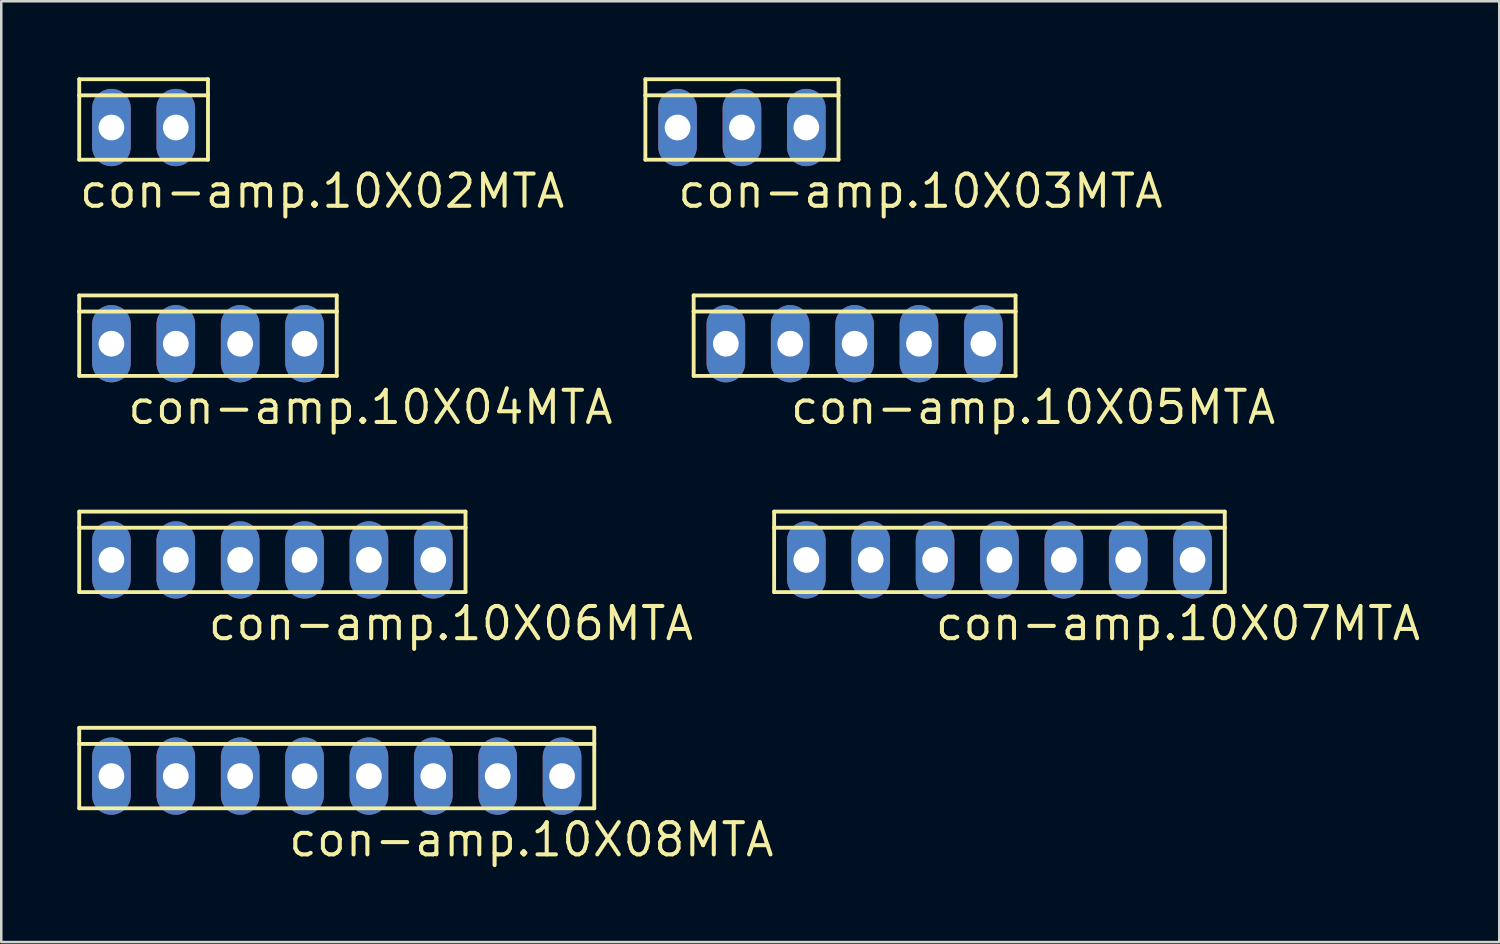
<source format=kicad_pcb>
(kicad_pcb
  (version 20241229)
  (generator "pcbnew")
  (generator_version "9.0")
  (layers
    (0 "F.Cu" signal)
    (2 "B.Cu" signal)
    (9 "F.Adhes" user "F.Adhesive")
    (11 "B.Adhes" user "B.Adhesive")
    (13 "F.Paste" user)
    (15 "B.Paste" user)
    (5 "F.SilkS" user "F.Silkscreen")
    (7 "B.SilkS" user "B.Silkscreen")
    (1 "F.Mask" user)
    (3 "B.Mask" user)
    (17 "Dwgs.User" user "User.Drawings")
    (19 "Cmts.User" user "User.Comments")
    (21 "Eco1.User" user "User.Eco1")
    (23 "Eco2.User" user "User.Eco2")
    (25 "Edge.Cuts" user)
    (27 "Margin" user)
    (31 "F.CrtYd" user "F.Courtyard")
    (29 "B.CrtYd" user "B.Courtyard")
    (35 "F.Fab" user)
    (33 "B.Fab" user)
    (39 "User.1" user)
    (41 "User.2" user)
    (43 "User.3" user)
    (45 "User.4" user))
  (footprint "con-amp.10X06MTA"
    (layer "F.Cu")
    (at 7.696 19.041)
    (property "Reference" "con-amp.10X06MTA" (at -2.616 3.251 0) (layer "F.SilkS") (effects (font (size 1.27 1.27) (thickness 0.16)) (justify left bottom)))
    (attr through_hole)
    (fp_line (start -7.62 -1.27) (end -7.62 -1.905) (stroke (width 0.152) (type default)) (layer "F.SilkS"))
    (fp_line (start -7.62 1.27) (end -7.62 -1.27) (stroke (width 0.152) (type default)) (layer "F.SilkS"))
    (fp_line (start -7.62 1.27) (end 7.62 1.27) (stroke (width 0.152) (type default)) (layer "F.SilkS"))
    (fp_line (start 7.62 -1.905) (end -7.62 -1.905) (stroke (width 0.152) (type default)) (layer "F.SilkS"))
    (fp_line (start 7.62 -1.905) (end 7.62 -1.27) (stroke (width 0.152) (type default)) (layer "F.SilkS"))
    (fp_line (start 7.62 -1.27) (end -7.62 -1.27) (stroke (width 0.152) (type default)) (layer "F.SilkS"))
    (fp_line (start 7.62 -1.27) (end 7.62 1.27) (stroke (width 0.152) (type default)) (layer "F.SilkS"))
    (fp_rect (start -6.604 0.254) (end -6.096 -0.254) (stroke (width 0.05) (type default)) (fill yes) (layer "F.SilkS"))
    (fp_rect (start -4.064 0.254) (end -3.556 -0.254) (stroke (width 0.05) (type default)) (fill yes) (layer "F.SilkS"))
    (fp_rect (start -1.524 0.254) (end -1.016 -0.254) (stroke (width 0.05) (type default)) (fill yes) (layer "F.SilkS"))
    (fp_rect (start 1.016 0.254) (end 1.524 -0.254) (stroke (width 0.05) (type default)) (fill yes) (layer "F.SilkS"))
    (fp_rect (start 3.556 0.254) (end 4.064 -0.254) (stroke (width 0.05) (type default)) (fill yes) (layer "F.SilkS"))
    (fp_rect (start 6.096 0.254) (end 6.604 -0.254) (stroke (width 0.05) (type default)) (fill yes) (layer "F.SilkS"))
    (pad "1" thru_hole oval (at 6.35 0 90) (size 3.048 1.524) (drill 1.016) (layers "*.Cu" "*.Mask"))
    (pad "2" thru_hole oval (at 3.81 0 90) (size 3.048 1.524) (drill 1.016) (layers "*.Cu" "*.Mask"))
    (pad "3" thru_hole oval (at 1.27 0 90) (size 3.048 1.524) (drill 1.016) (layers "*.Cu" "*.Mask"))
    (pad "4" thru_hole oval (at -1.27 0 90) (size 3.048 1.524) (drill 1.016) (layers "*.Cu" "*.Mask"))
    (pad "5" thru_hole oval (at -3.81 0 90) (size 3.048 1.524) (drill 1.016) (layers "*.Cu" "*.Mask"))
    (pad "6" thru_hole oval (at -6.35 0 90) (size 3.048 1.524) (drill 1.016) (layers "*.Cu" "*.Mask")))
  (footprint "con-amp.10X04MTA"
    (layer "F.Cu")
    (at 5.156 10.511)
    (property "Reference" "con-amp.10X04MTA" (at -3.251 3.251 0) (layer "F.SilkS") (effects (font (size 1.27 1.27) (thickness 0.16)) (justify left bottom)))
    (attr through_hole)
    (fp_line (start -5.08 -1.27) (end -5.08 -1.905) (stroke (width 0.152) (type default)) (layer "F.SilkS"))
    (fp_line (start -5.08 1.27) (end -5.08 -1.27) (stroke (width 0.152) (type default)) (layer "F.SilkS"))
    (fp_line (start -5.08 1.27) (end 5.08 1.27) (stroke (width 0.152) (type default)) (layer "F.SilkS"))
    (fp_line (start 5.08 -1.905) (end -5.08 -1.905) (stroke (width 0.152) (type default)) (layer "F.SilkS"))
    (fp_line (start 5.08 -1.905) (end 5.08 -1.27) (stroke (width 0.152) (type default)) (layer "F.SilkS"))
    (fp_line (start 5.08 -1.27) (end -5.08 -1.27) (stroke (width 0.152) (type default)) (layer "F.SilkS"))
    (fp_line (start 5.08 -1.27) (end 5.08 1.27) (stroke (width 0.152) (type default)) (layer "F.SilkS"))
    (fp_rect (start -4.064 0.254) (end -3.556 -0.254) (stroke (width 0.05) (type default)) (fill yes) (layer "F.SilkS"))
    (fp_rect (start -1.524 0.254) (end -1.016 -0.254) (stroke (width 0.05) (type default)) (fill yes) (layer "F.SilkS"))
    (fp_rect (start 1.016 0.254) (end 1.524 -0.254) (stroke (width 0.05) (type default)) (fill yes) (layer "F.SilkS"))
    (fp_rect (start 3.556 0.254) (end 4.064 -0.254) (stroke (width 0.05) (type default)) (fill yes) (layer "F.SilkS"))
    (pad "1" thru_hole oval (at 3.81 0 90) (size 3.048 1.524) (drill 1.016) (layers "*.Cu" "*.Mask"))
    (pad "2" thru_hole oval (at 1.27 0 90) (size 3.048 1.524) (drill 1.016) (layers "*.Cu" "*.Mask"))
    (pad "3" thru_hole oval (at -1.27 0 90) (size 3.048 1.524) (drill 1.016) (layers "*.Cu" "*.Mask"))
    (pad "4" thru_hole oval (at -3.81 0 90) (size 3.048 1.524) (drill 1.016) (layers "*.Cu" "*.Mask")))
  (footprint "con-amp.10X08MTA"
    (layer "F.Cu")
    (at 10.236 27.571)
    (property "Reference" "con-amp.10X08MTA" (at -1.981 3.251 0) (layer "F.SilkS") (effects (font (size 1.27 1.27) (thickness 0.16)) (justify left bottom)))
    (attr through_hole)
    (fp_line (start -10.16 -1.27) (end -10.16 -1.905) (stroke (width 0.152) (type default)) (layer "F.SilkS"))
    (fp_line (start -10.16 1.27) (end -10.16 -1.27) (stroke (width 0.152) (type default)) (layer "F.SilkS"))
    (fp_line (start -10.16 1.27) (end 10.16 1.27) (stroke (width 0.152) (type default)) (layer "F.SilkS"))
    (fp_line (start 10.16 -1.905) (end -10.16 -1.905) (stroke (width 0.152) (type default)) (layer "F.SilkS"))
    (fp_line (start 10.16 -1.905) (end 10.16 -1.27) (stroke (width 0.152) (type default)) (layer "F.SilkS"))
    (fp_line (start 10.16 -1.27) (end -10.16 -1.27) (stroke (width 0.152) (type default)) (layer "F.SilkS"))
    (fp_line (start 10.16 -1.27) (end 10.16 1.27) (stroke (width 0.152) (type default)) (layer "F.SilkS"))
    (fp_rect (start -9.144 0.254) (end -8.636 -0.254) (stroke (width 0.05) (type default)) (fill yes) (layer "F.SilkS"))
    (fp_rect (start -6.604 0.254) (end -6.096 -0.254) (stroke (width 0.05) (type default)) (fill yes) (layer "F.SilkS"))
    (fp_rect (start -4.064 0.254) (end -3.556 -0.254) (stroke (width 0.05) (type default)) (fill yes) (layer "F.SilkS"))
    (fp_rect (start -1.524 0.254) (end -1.016 -0.254) (stroke (width 0.05) (type default)) (fill yes) (layer "F.SilkS"))
    (fp_rect (start 1.016 0.254) (end 1.524 -0.254) (stroke (width 0.05) (type default)) (fill yes) (layer "F.SilkS"))
    (fp_rect (start 3.556 0.254) (end 4.064 -0.254) (stroke (width 0.05) (type default)) (fill yes) (layer "F.SilkS"))
    (fp_rect (start 6.096 0.254) (end 6.604 -0.254) (stroke (width 0.05) (type default)) (fill yes) (layer "F.SilkS"))
    (fp_rect (start 8.636 0.254) (end 9.144 -0.254) (stroke (width 0.05) (type default)) (fill yes) (layer "F.SilkS"))
    (pad "1" thru_hole oval (at 8.89 0 90) (size 3.048 1.524) (drill 1.016) (layers "*.Cu" "*.Mask"))
    (pad "2" thru_hole oval (at 6.35 0 90) (size 3.048 1.524) (drill 1.016) (layers "*.Cu" "*.Mask"))
    (pad "3" thru_hole oval (at 3.81 0 90) (size 3.048 1.524) (drill 1.016) (layers "*.Cu" "*.Mask"))
    (pad "4" thru_hole oval (at 1.27 0 90) (size 3.048 1.524) (drill 1.016) (layers "*.Cu" "*.Mask"))
    (pad "5" thru_hole oval (at -1.27 0 90) (size 3.048 1.524) (drill 1.016) (layers "*.Cu" "*.Mask"))
    (pad "6" thru_hole oval (at -3.81 0 90) (size 3.048 1.524) (drill 1.016) (layers "*.Cu" "*.Mask"))
    (pad "7" thru_hole oval (at -6.35 0 90) (size 3.048 1.524) (drill 1.016) (layers "*.Cu" "*.Mask"))
    (pad "8" thru_hole oval (at -8.89 0 90) (size 3.048 1.524) (drill 1.016) (layers "*.Cu" "*.Mask")))
  (footprint "con-amp.10X07MTA"
    (layer "F.Cu")
    (at 36.383 19.041)
    (property "Reference" "con-amp.10X07MTA" (at -2.616 3.251 0) (layer "F.SilkS") (effects (font (size 1.27 1.27) (thickness 0.16)) (justify left bottom)))
    (attr through_hole)
    (fp_line (start -8.89 -1.27) (end -8.89 -1.905) (stroke (width 0.152) (type default)) (layer "F.SilkS"))
    (fp_line (start -8.89 1.27) (end -8.89 -1.27) (stroke (width 0.152) (type default)) (layer "F.SilkS"))
    (fp_line (start -8.89 1.27) (end 8.89 1.27) (stroke (width 0.152) (type default)) (layer "F.SilkS"))
    (fp_line (start 8.89 -1.905) (end -8.89 -1.905) (stroke (width 0.152) (type default)) (layer "F.SilkS"))
    (fp_line (start 8.89 -1.905) (end 8.89 -1.27) (stroke (width 0.152) (type default)) (layer "F.SilkS"))
    (fp_line (start 8.89 -1.27) (end -8.89 -1.27) (stroke (width 0.152) (type default)) (layer "F.SilkS"))
    (fp_line (start 8.89 -1.27) (end 8.89 1.27) (stroke (width 0.152) (type default)) (layer "F.SilkS"))
    (fp_rect (start -7.874 0.254) (end -7.366 -0.254) (stroke (width 0.05) (type default)) (fill yes) (layer "F.SilkS"))
    (fp_rect (start -5.334 0.254) (end -4.826 -0.254) (stroke (width 0.05) (type default)) (fill yes) (layer "F.SilkS"))
    (fp_rect (start -2.794 0.254) (end -2.286 -0.254) (stroke (width 0.05) (type default)) (fill yes) (layer "F.SilkS"))
    (fp_rect (start -0.254 0.254) (end 0.254 -0.254) (stroke (width 0.05) (type default)) (fill yes) (layer "F.SilkS"))
    (fp_rect (start 2.286 0.254) (end 2.794 -0.254) (stroke (width 0.05) (type default)) (fill yes) (layer "F.SilkS"))
    (fp_rect (start 4.826 0.254) (end 5.334 -0.254) (stroke (width 0.05) (type default)) (fill yes) (layer "F.SilkS"))
    (fp_rect (start 7.366 0.254) (end 7.874 -0.254) (stroke (width 0.05) (type default)) (fill yes) (layer "F.SilkS"))
    (pad "1" thru_hole oval (at 7.62 0 90) (size 3.048 1.524) (drill 1.016) (layers "*.Cu" "*.Mask"))
    (pad "2" thru_hole oval (at 5.08 0 90) (size 3.048 1.524) (drill 1.016) (layers "*.Cu" "*.Mask"))
    (pad "3" thru_hole oval (at 2.54 0 90) (size 3.048 1.524) (drill 1.016) (layers "*.Cu" "*.Mask"))
    (pad "4" thru_hole oval (at 0 0 90) (size 3.048 1.524) (drill 1.016) (layers "*.Cu" "*.Mask"))
    (pad "5" thru_hole oval (at -2.54 0 90) (size 3.048 1.524) (drill 1.016) (layers "*.Cu" "*.Mask"))
    (pad "6" thru_hole oval (at -5.08 0 90) (size 3.048 1.524) (drill 1.016) (layers "*.Cu" "*.Mask"))
    (pad "7" thru_hole oval (at -7.62 0 90) (size 3.048 1.524) (drill 1.016) (layers "*.Cu" "*.Mask")))
  (footprint "con-amp.10X03MTA"
    (layer "F.Cu")
    (at 26.223 1.981)
    (property "Reference" "con-amp.10X03MTA" (at -2.616 3.251 0) (layer "F.SilkS") (effects (font (size 1.27 1.27) (thickness 0.16)) (justify left bottom)))
    (attr through_hole)
    (fp_line (start -3.81 -1.27) (end -3.81 -1.905) (stroke (width 0.152) (type default)) (layer "F.SilkS"))
    (fp_line (start -3.81 1.27) (end -3.81 -1.27) (stroke (width 0.152) (type default)) (layer "F.SilkS"))
    (fp_line (start -3.81 1.27) (end 3.81 1.27) (stroke (width 0.152) (type default)) (layer "F.SilkS"))
    (fp_line (start 3.81 -1.905) (end -3.81 -1.905) (stroke (width 0.152) (type default)) (layer "F.SilkS"))
    (fp_line (start 3.81 -1.905) (end 3.81 -1.27) (stroke (width 0.152) (type default)) (layer "F.SilkS"))
    (fp_line (start 3.81 -1.27) (end -3.81 -1.27) (stroke (width 0.152) (type default)) (layer "F.SilkS"))
    (fp_line (start 3.81 -1.27) (end 3.81 1.27) (stroke (width 0.152) (type default)) (layer "F.SilkS"))
    (fp_rect (start -2.794 0.254) (end -2.286 -0.254) (stroke (width 0.05) (type default)) (fill yes) (layer "F.SilkS"))
    (fp_rect (start -0.254 0.254) (end 0.254 -0.254) (stroke (width 0.05) (type default)) (fill yes) (layer "F.SilkS"))
    (fp_rect (start 2.286 0.254) (end 2.794 -0.254) (stroke (width 0.05) (type default)) (fill yes) (layer "F.SilkS"))
    (pad "1" thru_hole oval (at 2.54 0 90) (size 3.048 1.524) (drill 1.016) (layers "*.Cu" "*.Mask"))
    (pad "2" thru_hole oval (at 0 0 90) (size 3.048 1.524) (drill 1.016) (layers "*.Cu" "*.Mask"))
    (pad "3" thru_hole oval (at -2.54 0 90) (size 3.048 1.524) (drill 1.016) (layers "*.Cu" "*.Mask")))
  (footprint "con-amp.10X02MTA"
    (layer "F.Cu")
    (at 2.616 1.981)
    (property "Reference" "con-amp.10X02MTA" (at -2.616 3.251 0) (layer "F.SilkS") (effects (font (size 1.27 1.27) (thickness 0.16)) (justify left bottom)))
    (attr through_hole)
    (fp_line (start -2.54 -1.27) (end -2.54 -1.905) (stroke (width 0.152) (type default)) (layer "F.SilkS"))
    (fp_line (start -2.54 1.27) (end -2.54 -1.27) (stroke (width 0.152) (type default)) (layer "F.SilkS"))
    (fp_line (start -2.54 1.27) (end 2.54 1.27) (stroke (width 0.152) (type default)) (layer "F.SilkS"))
    (fp_line (start 2.54 -1.905) (end -2.54 -1.905) (stroke (width 0.152) (type default)) (layer "F.SilkS"))
    (fp_line (start 2.54 -1.905) (end 2.54 -1.27) (stroke (width 0.152) (type default)) (layer "F.SilkS"))
    (fp_line (start 2.54 -1.27) (end -2.54 -1.27) (stroke (width 0.152) (type default)) (layer "F.SilkS"))
    (fp_line (start 2.54 -1.27) (end 2.54 1.27) (stroke (width 0.152) (type default)) (layer "F.SilkS"))
    (fp_rect (start -1.524 0.254) (end -1.016 -0.254) (stroke (width 0.05) (type default)) (fill yes) (layer "F.SilkS"))
    (fp_rect (start 1.016 0.254) (end 1.524 -0.254) (stroke (width 0.05) (type default)) (fill yes) (layer "F.SilkS"))
    (pad "1" thru_hole oval (at 1.27 0 90) (size 3.048 1.524) (drill 1.016) (layers "*.Cu" "*.Mask"))
    (pad "2" thru_hole oval (at -1.27 0 90) (size 3.048 1.524) (drill 1.016) (layers "*.Cu" "*.Mask")))
  (footprint "con-amp.10X05MTA"
    (layer "F.Cu")
    (at 30.668 10.511)
    (property "Reference" "con-amp.10X05MTA" (at -2.616 3.251 0) (layer "F.SilkS") (effects (font (size 1.27 1.27) (thickness 0.16)) (justify left bottom)))
    (attr through_hole)
    (fp_line (start -6.35 -1.27) (end -6.35 -1.905) (stroke (width 0.152) (type default)) (layer "F.SilkS"))
    (fp_line (start -6.35 1.27) (end -6.35 -1.27) (stroke (width 0.152) (type default)) (layer "F.SilkS"))
    (fp_line (start -6.35 1.27) (end 6.35 1.27) (stroke (width 0.152) (type default)) (layer "F.SilkS"))
    (fp_line (start 6.35 -1.905) (end -6.35 -1.905) (stroke (width 0.152) (type default)) (layer "F.SilkS"))
    (fp_line (start 6.35 -1.905) (end 6.35 -1.27) (stroke (width 0.152) (type default)) (layer "F.SilkS"))
    (fp_line (start 6.35 -1.27) (end -6.35 -1.27) (stroke (width 0.152) (type default)) (layer "F.SilkS"))
    (fp_line (start 6.35 -1.27) (end 6.35 1.27) (stroke (width 0.152) (type default)) (layer "F.SilkS"))
    (fp_rect (start -5.334 0.254) (end -4.826 -0.254) (stroke (width 0.05) (type default)) (fill yes) (layer "F.SilkS"))
    (fp_rect (start -2.794 0.254) (end -2.286 -0.254) (stroke (width 0.05) (type default)) (fill yes) (layer "F.SilkS"))
    (fp_rect (start -0.254 0.254) (end 0.254 -0.254) (stroke (width 0.05) (type default)) (fill yes) (layer "F.SilkS"))
    (fp_rect (start 2.286 0.254) (end 2.794 -0.254) (stroke (width 0.05) (type default)) (fill yes) (layer "F.SilkS"))
    (fp_rect (start 4.826 0.254) (end 5.334 -0.254) (stroke (width 0.05) (type default)) (fill yes) (layer "F.SilkS"))
    (pad "1" thru_hole oval (at 5.08 0 90) (size 3.048 1.524) (drill 1.016) (layers "*.Cu" "*.Mask"))
    (pad "2" thru_hole oval (at 2.54 0 90) (size 3.048 1.524) (drill 1.016) (layers "*.Cu" "*.Mask"))
    (pad "3" thru_hole oval (at 0 0 90) (size 3.048 1.524) (drill 1.016) (layers "*.Cu" "*.Mask"))
    (pad "4" thru_hole oval (at -2.54 0 90) (size 3.048 1.524) (drill 1.016) (layers "*.Cu" "*.Mask"))
    (pad "5" thru_hole oval (at -5.08 0 90) (size 3.048 1.524) (drill 1.016) (layers "*.Cu" "*.Mask")))
  (gr_rect
    (start -3 -3)
    (end 56.103 34.12)
    (stroke (width 0.1) (type default))
    (fill no)
    (layer "Edge.Cuts")))
</source>
